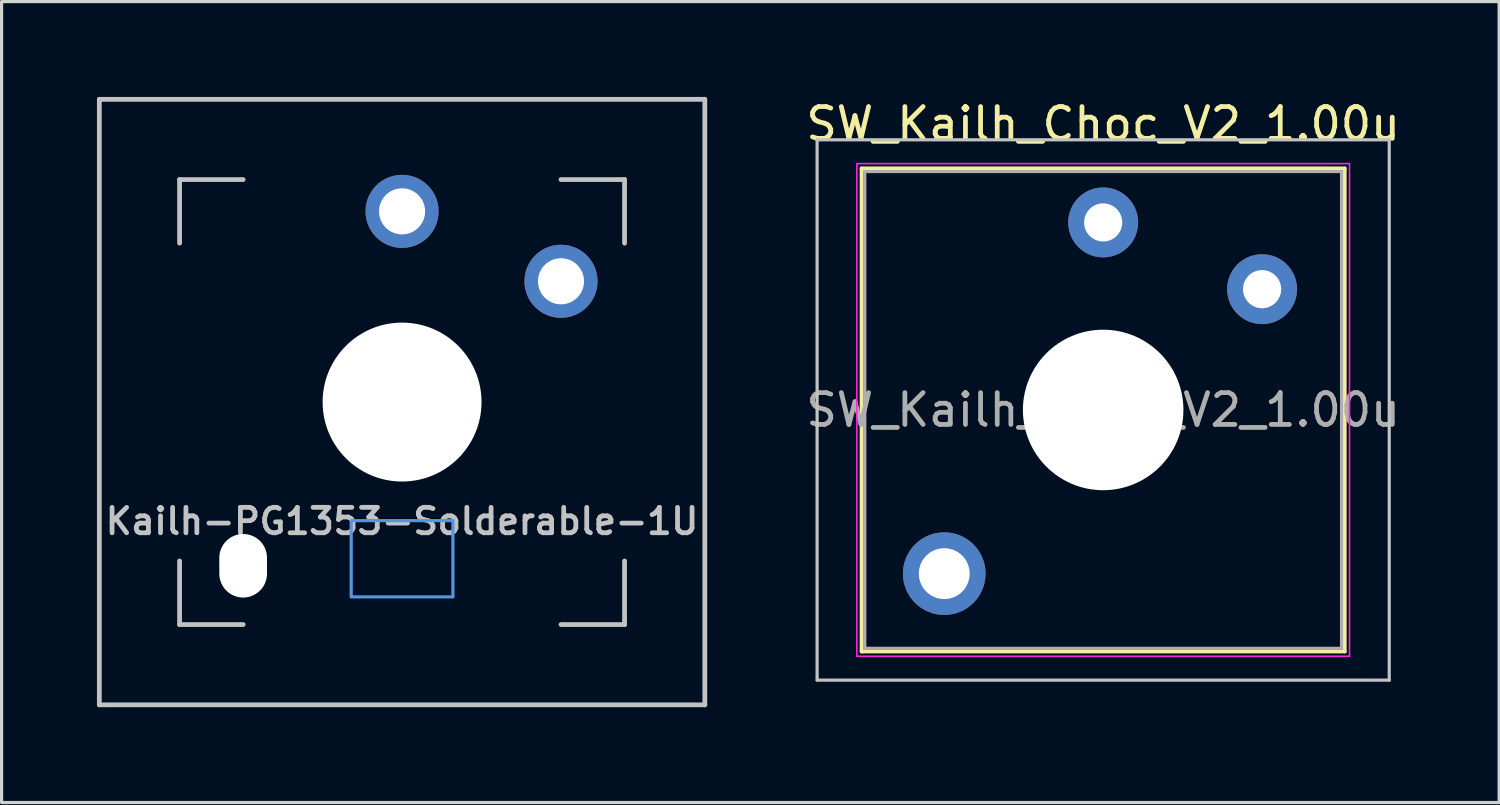
<source format=kicad_pcb>
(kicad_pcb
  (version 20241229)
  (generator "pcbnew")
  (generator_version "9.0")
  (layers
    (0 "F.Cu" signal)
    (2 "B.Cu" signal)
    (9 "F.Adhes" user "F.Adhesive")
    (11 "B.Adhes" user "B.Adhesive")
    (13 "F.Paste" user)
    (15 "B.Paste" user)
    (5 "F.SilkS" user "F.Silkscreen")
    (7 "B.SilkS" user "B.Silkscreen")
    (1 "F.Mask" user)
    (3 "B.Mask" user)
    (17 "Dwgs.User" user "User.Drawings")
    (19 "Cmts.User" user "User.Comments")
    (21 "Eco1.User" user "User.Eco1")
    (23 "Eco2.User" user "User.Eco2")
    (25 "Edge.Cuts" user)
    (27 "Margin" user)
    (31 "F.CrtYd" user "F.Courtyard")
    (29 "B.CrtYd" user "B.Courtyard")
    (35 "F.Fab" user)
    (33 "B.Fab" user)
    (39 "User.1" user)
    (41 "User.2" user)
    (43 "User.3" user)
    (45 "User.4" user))
  (footprint "SW_Kailh_Choc_V2_1.00u"
    (layer "F.Cu")
    (at 31.658 9.848)
    (property "Reference" "SW_Kailh_Choc_V2_1.00u" (at 0 -9 0) (layer "F.SilkS") (effects (font (size 1 1) (thickness 0.15))))
    (attr through_hole)
    (fp_line (start -7.6 -7.6) (end -7.6 7.6) (stroke (width 0.12) (type solid)) (layer "F.SilkS"))
    (fp_line (start -7.6 7.6) (end 7.6 7.6) (stroke (width 0.12) (type solid)) (layer "F.SilkS"))
    (fp_line (start 7.6 -7.6) (end -7.6 -7.6) (stroke (width 0.12) (type solid)) (layer "F.SilkS"))
    (fp_line (start 7.6 7.6) (end 7.6 -7.6) (stroke (width 0.12) (type solid)) (layer "F.SilkS"))
    (fp_line (start -9 -8.5) (end -9 8.5) (stroke (width 0.1) (type solid)) (layer "Dwgs.User"))
    (fp_line (start -9 8.5) (end 9 8.5) (stroke (width 0.1) (type solid)) (layer "Dwgs.User"))
    (fp_line (start 9 -8.5) (end -9 -8.5) (stroke (width 0.1) (type solid)) (layer "Dwgs.User"))
    (fp_line (start 9 8.5) (end 9 -8.5) (stroke (width 0.1) (type solid)) (layer "Dwgs.User"))
    (fp_line (start -7.25 -7.25) (end -7.25 7.25) (stroke (width 0.1) (type solid)) (layer "Eco1.User"))
    (fp_line (start -7.25 7.25) (end 7.25 7.25) (stroke (width 0.1) (type solid)) (layer "Eco1.User"))
    (fp_line (start 7.25 -7.25) (end -7.25 -7.25) (stroke (width 0.1) (type solid)) (layer "Eco1.User"))
    (fp_line (start 7.25 7.25) (end 7.25 -7.25) (stroke (width 0.1) (type solid)) (layer "Eco1.User"))
    (fp_line (start -7.75 -7.75) (end -7.75 7.75) (stroke (width 0.05) (type solid)) (layer "F.CrtYd"))
    (fp_line (start -7.75 7.75) (end 7.75 7.75) (stroke (width 0.05) (type solid)) (layer "F.CrtYd"))
    (fp_line (start 7.75 -7.75) (end -7.75 -7.75) (stroke (width 0.05) (type solid)) (layer "F.CrtYd"))
    (fp_line (start 7.75 7.75) (end 7.75 -7.75) (stroke (width 0.05) (type solid)) (layer "F.CrtYd"))
    (fp_line (start -7.5 -7.5) (end -7.5 7.5) (stroke (width 0.1) (type solid)) (layer "F.Fab"))
    (fp_line (start -7.5 7.5) (end 7.5 7.5) (stroke (width 0.1) (type solid)) (layer "F.Fab"))
    (fp_line (start 7.5 -7.5) (end -7.5 -7.5) (stroke (width 0.1) (type solid)) (layer "F.Fab"))
    (fp_line (start 7.5 7.5) (end 7.5 -7.5) (stroke (width 0.1) (type solid)) (layer "F.Fab"))
    (fp_text user "${REFERENCE}" (at 0 0 0) (layer "F.Fab") (effects (font (size 1 1) (thickness 0.15))))
    (pad "" thru_hole circle (at -5 5.15) (size 2.6 2.6) (drill 1.6) (layers "*.Cu" "*.Mask"))
    (pad "" np_thru_hole circle (at 0 0) (size 5.05 5.05) (drill 5.05) (layers "*.Cu" "*.Mask"))
    (pad "1" thru_hole circle (at 0 -5.9) (size 2.2 2.2) (drill 1.2) (layers "*.Cu" "*.Mask"))
    (pad "2" thru_hole circle (at 5 -3.8) (size 2.2 2.2) (drill 1.2) (layers "*.Cu" "*.Mask")))
  (footprint "Kailh-PG1353-Solderable-1U"
    (layer "F.Cu")
    (at 9.6 9.6)
    (property "Reference" "Kailh-PG1353-Solderable-1U" (at 0 3.75 0) (layer "Dwgs.User") (effects (font (size 0.8 0.8) (thickness 0.15))))
    (attr through_hole)
    (fp_line (start -9.525 9.525) (end -9.525 -9.525) (stroke (width 0.15) (type solid)) (layer "Dwgs.User"))
    (fp_line (start -7 -7) (end -7 -5) (stroke (width 0.15) (type solid)) (layer "Dwgs.User"))
    (fp_line (start -7 5) (end -7 7) (stroke (width 0.15) (type solid)) (layer "Dwgs.User"))
    (fp_line (start -7 7) (end -5 7) (stroke (width 0.15) (type solid)) (layer "Dwgs.User"))
    (fp_line (start -5 -7) (end -7 -7) (stroke (width 0.15) (type solid)) (layer "Dwgs.User"))
    (fp_line (start 5 -7) (end 7 -7) (stroke (width 0.15) (type solid)) (layer "Dwgs.User"))
    (fp_line (start 5 7) (end 7 7) (stroke (width 0.15) (type solid)) (layer "Dwgs.User"))
    (fp_line (start 7 -7) (end 7 -5) (stroke (width 0.15) (type solid)) (layer "Dwgs.User"))
    (fp_line (start 7 7) (end 7 5) (stroke (width 0.15) (type solid)) (layer "Dwgs.User"))
    (fp_line (start 9.525 -9.525) (end -9.525 -9.525) (stroke (width 0.15) (type solid)) (layer "Dwgs.User"))
    (fp_line (start 9.525 9.525) (end -9.525 9.525) (stroke (width 0.15) (type solid)) (layer "Dwgs.User"))
    (fp_line (start 9.525 9.525) (end 9.525 -9.525) (stroke (width 0.15) (type solid)) (layer "Dwgs.User"))
    (fp_rect (start -1.6 3.73) (end 1.6 6.13) (stroke (width 0.1) (type default)) (fill no) (layer "Cmts.User"))
    (pad "" np_thru_hole oval (at -5 5.15 180) (size 1.5 2) (drill oval 1.5 2) (layers "*.Cu" "*.Mask"))
    (pad "" np_thru_hole circle (at 0 0 180) (size 5 5) (drill 5.1) (layers "*.Cu" "*.Mask"))
    (pad "1" thru_hole circle (at 5 -3.8 180) (size 2.3 2.3) (drill 1.45) (layers "*.Cu" "B.Mask"))
    (pad "2" thru_hole circle (at 0 -6 180) (size 2.3 2.3) (drill 1.45) (layers "*.Cu" "B.Mask")))
  (gr_rect
    (start -3 -3)
    (end 44.117 22.2)
    (stroke (width 0.1) (type default))
    (fill no)
    (layer "Edge.Cuts")))
</source>
